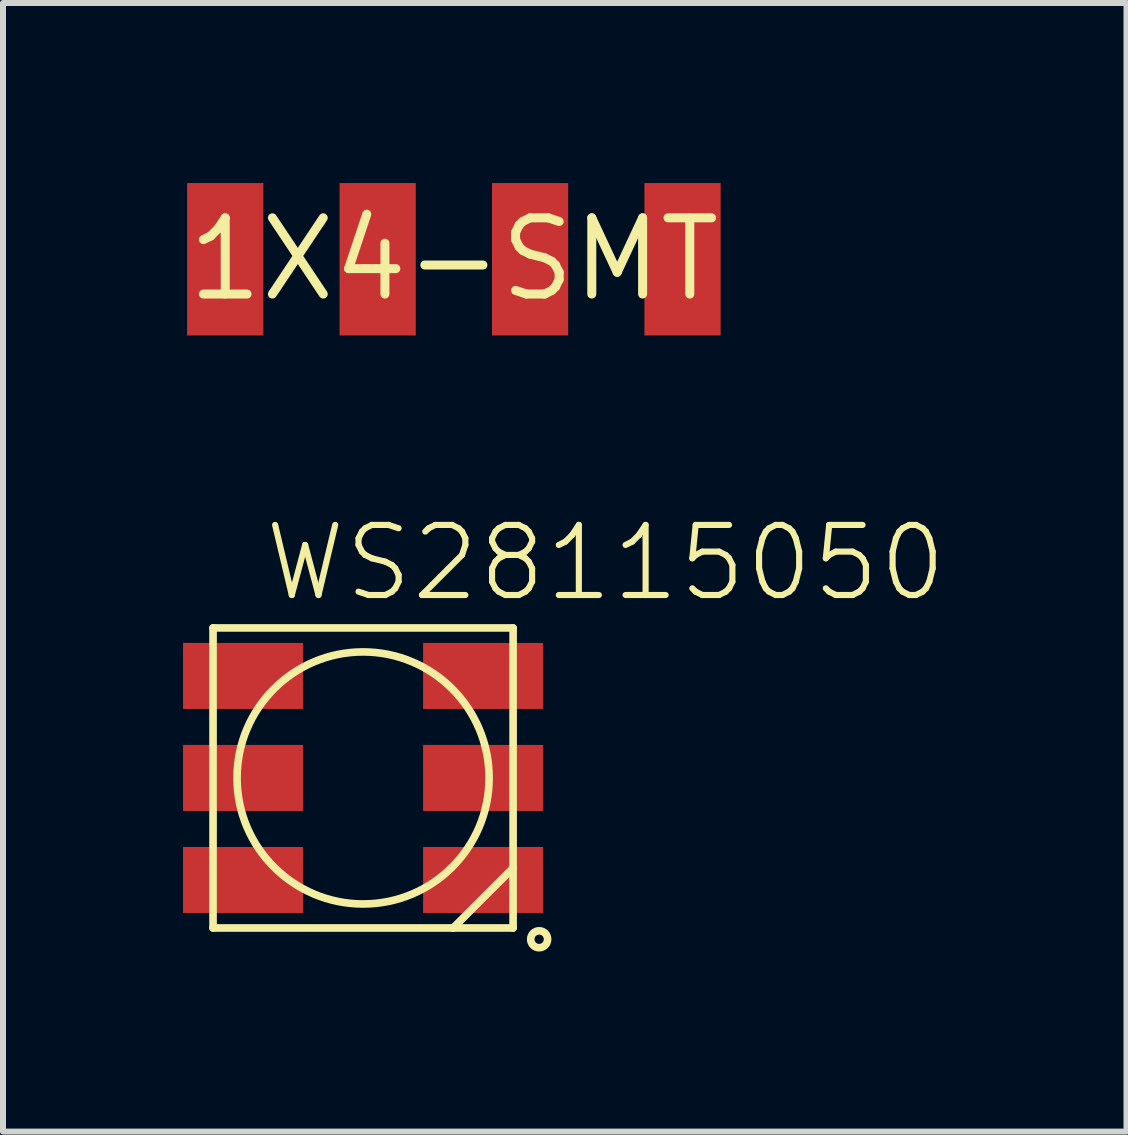
<source format=kicad_pcb>
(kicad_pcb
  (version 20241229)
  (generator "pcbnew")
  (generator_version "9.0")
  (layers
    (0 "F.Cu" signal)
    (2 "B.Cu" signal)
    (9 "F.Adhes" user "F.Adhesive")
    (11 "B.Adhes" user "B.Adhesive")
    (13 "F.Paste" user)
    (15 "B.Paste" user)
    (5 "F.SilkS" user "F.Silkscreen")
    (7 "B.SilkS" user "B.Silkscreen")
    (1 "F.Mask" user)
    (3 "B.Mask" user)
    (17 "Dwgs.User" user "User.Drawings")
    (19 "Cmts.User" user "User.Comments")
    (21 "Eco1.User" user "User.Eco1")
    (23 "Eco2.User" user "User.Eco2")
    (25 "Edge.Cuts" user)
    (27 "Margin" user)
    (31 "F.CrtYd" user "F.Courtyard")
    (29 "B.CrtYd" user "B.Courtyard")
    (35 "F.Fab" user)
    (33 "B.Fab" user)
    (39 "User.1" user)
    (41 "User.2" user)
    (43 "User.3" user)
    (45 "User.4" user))
  (footprint "1X4-SMT"
    (layer "F.Cu")
    (at 4.513 1.27)
    (property "Reference" "1X4-SMT" (at 0 0 0) (layer "F.SilkS") (effects (font (size 1.27 1.27) (thickness 0.15))))
    (pad "1" smd rect (at -3.81 0) (size 1.27 2.54) (layers "F.Cu" "F.Mask" "F.Paste"))
    (pad "2" smd rect (at -1.27 0) (size 1.27 2.54) (layers "F.Cu" "F.Mask" "F.Paste"))
    (pad "3" smd rect (at 1.27 0) (size 1.27 2.54) (layers "F.Cu" "F.Mask" "F.Paste"))
    (pad "4" smd rect (at 3.81 0) (size 1.27 2.54) (layers "F.Cu" "F.Mask" "F.Paste")))
  (footprint "WS28115050"
    (layer "F.Cu")
    (at 3 9.913)
    (property "Reference" "WS28115050" (at -1.7 -2.9 0) (layer "F.SilkS") (effects (font (size 1.168 1.168) (thickness 0.102)) (justify left bottom)))
    (fp_line (start -2.5 -2.5) (end 2.5 -2.5) (stroke (width 0.127) (type solid)) (layer "F.SilkS"))
    (fp_line (start -2.5 2.5) (end -2.5 -2.5) (stroke (width 0.127) (type solid)) (layer "F.SilkS"))
    (fp_line (start 1.5 2.5) (end -2.5 2.5) (stroke (width 0.127) (type solid)) (layer "F.SilkS"))
    (fp_line (start 1.5 2.5) (end 2.5 1.5) (stroke (width 0.127) (type solid)) (layer "F.SilkS"))
    (fp_line (start 2.5 -2.5) (end 2.5 1.5) (stroke (width 0.127) (type solid)) (layer "F.SilkS"))
    (fp_line (start 2.5 1.5) (end 2.5 2.5) (stroke (width 0.127) (type solid)) (layer "F.SilkS"))
    (fp_line (start 2.5 2.5) (end 1.5 2.5) (stroke (width 0.127) (type solid)) (layer "F.SilkS"))
    (fp_circle (center 0 0) (end 2.1 0) (stroke (width 0.127) (type solid)) (fill no) (layer "F.SilkS"))
    (fp_circle (center 2.934 2.688) (end 3.075 2.688) (stroke (width 0.127) (type solid)) (fill no) (layer "F.SilkS"))
    (pad "DI" smd rect (at 2 0) (size 2 1.1) (layers "F.Cu" "F.Mask" "F.Paste"))
    (pad "DO" smd rect (at 2 1.7) (size 2 1.1) (layers "F.Cu" "F.Mask" "F.Paste"))
    (pad "LEDVDD" smd rect (at -2 0) (size 2 1.1) (layers "F.Cu" "F.Mask" "F.Paste"))
    (pad "NC" smd rect (at -2 -1.7) (size 2 1.1) (layers "F.Cu" "F.Mask" "F.Paste"))
    (pad "VDD" smd rect (at 2 -1.7) (size 2 1.1) (layers "F.Cu" "F.Mask" "F.Paste"))
    (pad "VSS" smd rect (at -2 1.7) (size 2 1.1) (layers "F.Cu" "F.Mask" "F.Paste")))
  (gr_rect
    (start -3 -3)
    (end 15.721 15.806)
    (stroke (width 0.1) (type default))
    (fill no)
    (layer "Edge.Cuts")))
</source>
